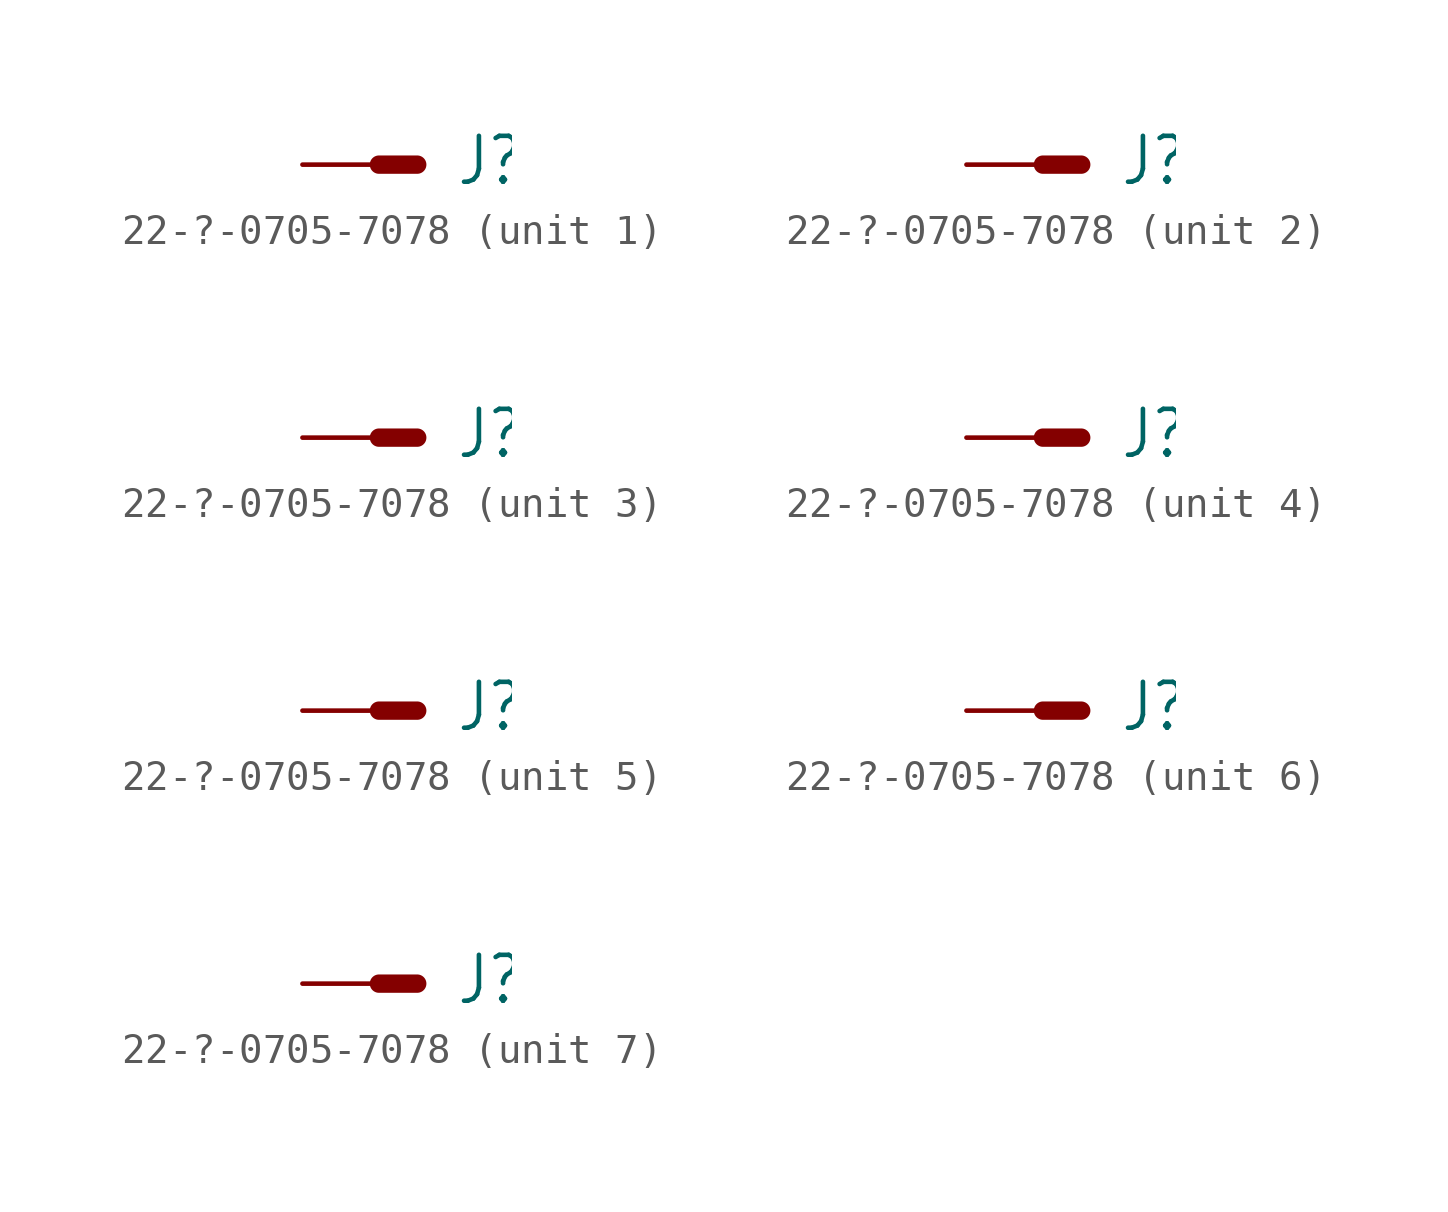
<source format=kicad_sym>
(kicad_symbol_lib
  (version 20220914)
  (generator kicad_symbol_editor)
  (symbol "22-?-0705-7078"
    (property "Reference" "J"
      (at 2.54 -0.762 0)
      (effects (font (size 1.524 1.295)) (justify left bottom)))
    (property "ki_locked" ""
      (at 0 0 0)
      (effects (font (size 1.27 1.27))))
    (symbol "22-?-0705-7078_1_0"
      (polyline (pts (xy 1.27 0) (xy 0 0)) (stroke (width 0.61) (type solid)) (fill (type none)))
      (pin passive line (at -2.54 0 0) (length 2.54) (name "S" (effects (font (size 0 0)))) (number "1" (effects (font (size 0 0))))))
    (symbol "22-?-0705-7078_2_0"
      (polyline (pts (xy 1.27 0) (xy 0 0)) (stroke (width 0.61) (type solid)) (fill (type none)))
      (pin passive line (at -2.54 0 0) (length 2.54) (name "S" (effects (font (size 0 0)))) (number "2" (effects (font (size 0 0))))))
    (symbol "22-?-0705-7078_3_0"
      (polyline (pts (xy 1.27 0) (xy 0 0)) (stroke (width 0.61) (type solid)) (fill (type none)))
      (pin passive line (at -2.54 0 0) (length 2.54) (name "S" (effects (font (size 0 0)))) (number "3" (effects (font (size 0 0))))))
    (symbol "22-?-0705-7078_4_0"
      (polyline (pts (xy 1.27 0) (xy 0 0)) (stroke (width 0.61) (type solid)) (fill (type none)))
      (pin passive line (at -2.54 0 0) (length 2.54) (name "S" (effects (font (size 0 0)))) (number "4" (effects (font (size 0 0))))))
    (symbol "22-?-0705-7078_5_0"
      (polyline (pts (xy 1.27 0) (xy 0 0)) (stroke (width 0.61) (type solid)) (fill (type none)))
      (pin passive line (at -2.54 0 0) (length 2.54) (name "S" (effects (font (size 0 0)))) (number "5" (effects (font (size 0 0))))))
    (symbol "22-?-0705-7078_6_0"
      (polyline (pts (xy 1.27 0) (xy 0 0)) (stroke (width 0.61) (type solid)) (fill (type none)))
      (pin passive line (at -2.54 0 0) (length 2.54) (name "S" (effects (font (size 0 0)))) (number "6" (effects (font (size 0 0))))))
    (symbol "22-?-0705-7078_7_0"
      (polyline (pts (xy 1.27 0) (xy 0 0)) (stroke (width 0.61) (type solid)) (fill (type none)))
      (pin passive line (at -2.54 0 0) (length 2.54) (name "S" (effects (font (size 0 0)))) (number "7" (effects (font (size 0 0))))))))
</source>
